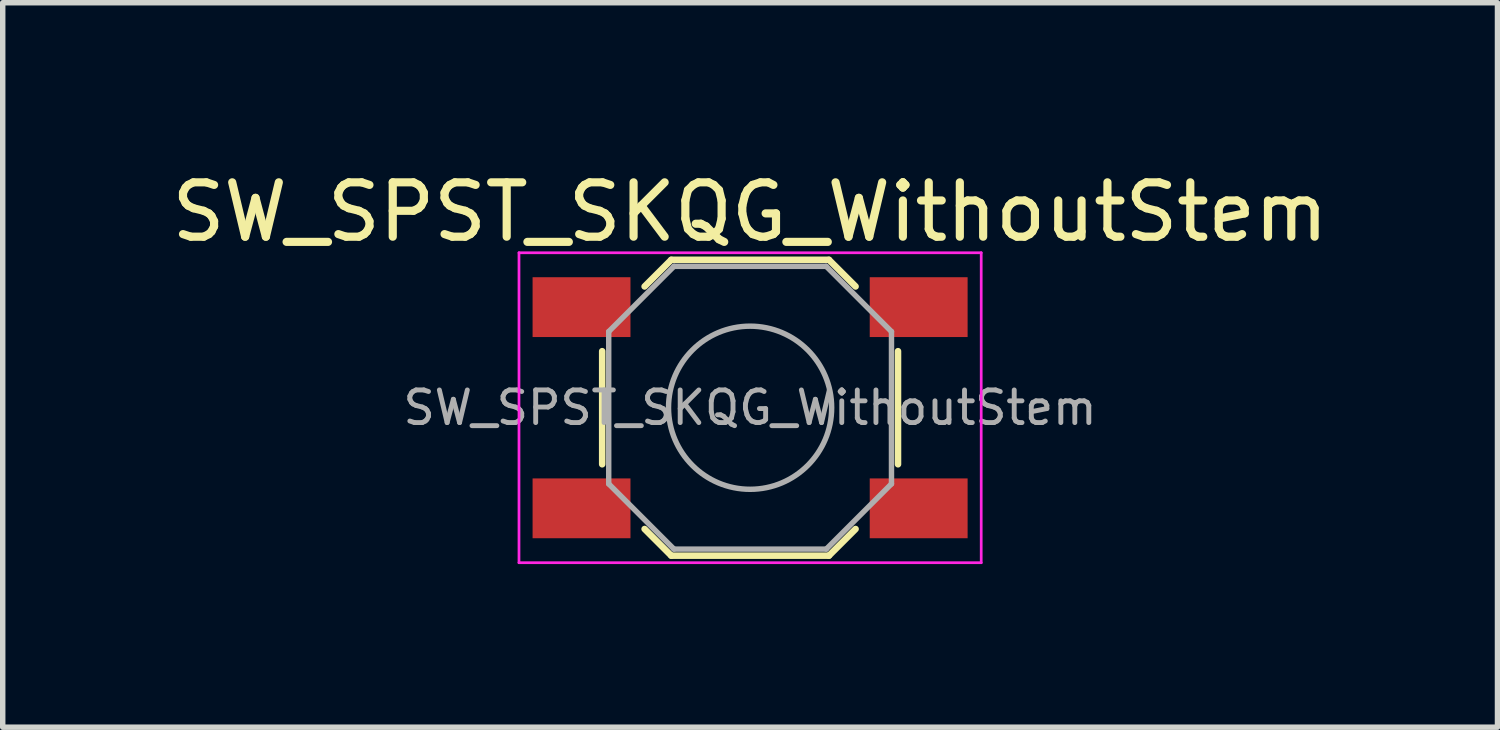
<source format=kicad_pcb>
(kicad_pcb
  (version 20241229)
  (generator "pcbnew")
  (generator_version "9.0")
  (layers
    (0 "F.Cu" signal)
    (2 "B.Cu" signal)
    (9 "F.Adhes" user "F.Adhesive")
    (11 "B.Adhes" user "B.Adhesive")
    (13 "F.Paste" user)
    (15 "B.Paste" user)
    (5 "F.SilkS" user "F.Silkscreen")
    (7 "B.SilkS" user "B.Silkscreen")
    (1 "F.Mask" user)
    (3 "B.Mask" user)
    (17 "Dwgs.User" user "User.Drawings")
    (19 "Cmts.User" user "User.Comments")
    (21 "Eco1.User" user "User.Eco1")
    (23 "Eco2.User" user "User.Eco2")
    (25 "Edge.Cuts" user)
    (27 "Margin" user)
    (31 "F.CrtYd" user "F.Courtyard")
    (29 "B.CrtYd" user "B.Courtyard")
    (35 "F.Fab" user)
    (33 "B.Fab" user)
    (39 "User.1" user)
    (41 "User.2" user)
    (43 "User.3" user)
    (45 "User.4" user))
  (footprint "SW_SPST_SKQG_WithoutStem"
    (layer "F.Cu")
    (at 10.744 4.448)
    (property "Reference" "SW_SPST_SKQG_WithoutStem" (at 0 -3.6 0) (layer "F.SilkS") (effects (font (size 1 1) (thickness 0.15))))
    (attr smd)
    (fp_line (start -2.72 1.04) (end -2.72 -1.04) (stroke (width 0.12) (type solid)) (layer "F.SilkS"))
    (fp_line (start -1.45 -2.72) (end -1.94 -2.23) (stroke (width 0.12) (type solid)) (layer "F.SilkS"))
    (fp_line (start -1.45 -2.72) (end 1.45 -2.72) (stroke (width 0.12) (type solid)) (layer "F.SilkS"))
    (fp_line (start -1.45 2.72) (end -1.94 2.23) (stroke (width 0.12) (type solid)) (layer "F.SilkS"))
    (fp_line (start -1.45 2.72) (end 1.45 2.72) (stroke (width 0.12) (type solid)) (layer "F.SilkS"))
    (fp_line (start 1.45 -2.72) (end 1.94 -2.23) (stroke (width 0.12) (type solid)) (layer "F.SilkS"))
    (fp_line (start 1.45 2.72) (end 1.94 2.23) (stroke (width 0.12) (type solid)) (layer "F.SilkS"))
    (fp_line (start 2.72 1.04) (end 2.72 -1.04) (stroke (width 0.12) (type solid)) (layer "F.SilkS"))
    (fp_line (start -4.25 -2.85) (end -4.25 2.85) (stroke (width 0.05) (type solid)) (layer "F.CrtYd"))
    (fp_line (start -4.25 2.85) (end 4.25 2.85) (stroke (width 0.05) (type solid)) (layer "F.CrtYd"))
    (fp_line (start 4.25 -2.85) (end -4.25 -2.85) (stroke (width 0.05) (type solid)) (layer "F.CrtYd"))
    (fp_line (start 4.25 2.85) (end 4.25 -2.85) (stroke (width 0.05) (type solid)) (layer "F.CrtYd"))
    (fp_line (start -2.6 -1.4) (end -1.4 -2.6) (stroke (width 0.1) (type solid)) (layer "F.Fab"))
    (fp_line (start -2.6 1.4) (end -2.6 -1.4) (stroke (width 0.1) (type solid)) (layer "F.Fab"))
    (fp_line (start -1.4 -2.6) (end 1.4 -2.6) (stroke (width 0.1) (type solid)) (layer "F.Fab"))
    (fp_line (start -1.4 2.6) (end -2.6 1.4) (stroke (width 0.1) (type solid)) (layer "F.Fab"))
    (fp_line (start 1.4 -2.6) (end 2.6 -1.4) (stroke (width 0.1) (type solid)) (layer "F.Fab"))
    (fp_line (start 1.4 2.6) (end -1.4 2.6) (stroke (width 0.1) (type solid)) (layer "F.Fab"))
    (fp_line (start 2.6 -1.4) (end 2.6 1.4) (stroke (width 0.1) (type solid)) (layer "F.Fab"))
    (fp_line (start 2.6 1.4) (end 1.4 2.6) (stroke (width 0.1) (type solid)) (layer "F.Fab"))
    (fp_circle (center 0 0) (end 1.5 0) (stroke (width 0.1) (type solid)) (fill no) (layer "F.Fab"))
    (fp_text user "${REFERENCE}" (at 0 0 0) (layer "F.Fab") (effects (font (size 0.6 0.6) (thickness 0.09))))
    (pad "1" smd rect (at -3.1 -1.85) (size 1.8 1.1) (layers "F.Cu" "F.Mask" "F.Paste"))
    (pad "1" smd rect (at 3.1 -1.85) (size 1.8 1.1) (layers "F.Cu" "F.Mask" "F.Paste"))
    (pad "2" smd rect (at -3.1 1.85) (size 1.8 1.1) (layers "F.Cu" "F.Mask" "F.Paste"))
    (pad "2" smd rect (at 3.1 1.85) (size 1.8 1.1) (layers "F.Cu" "F.Mask" "F.Paste")))
  (gr_rect
    (start -3 -3)
    (end 24.488 10.323)
    (stroke (width 0.1) (type default))
    (fill no)
    (layer "Edge.Cuts")))
</source>
